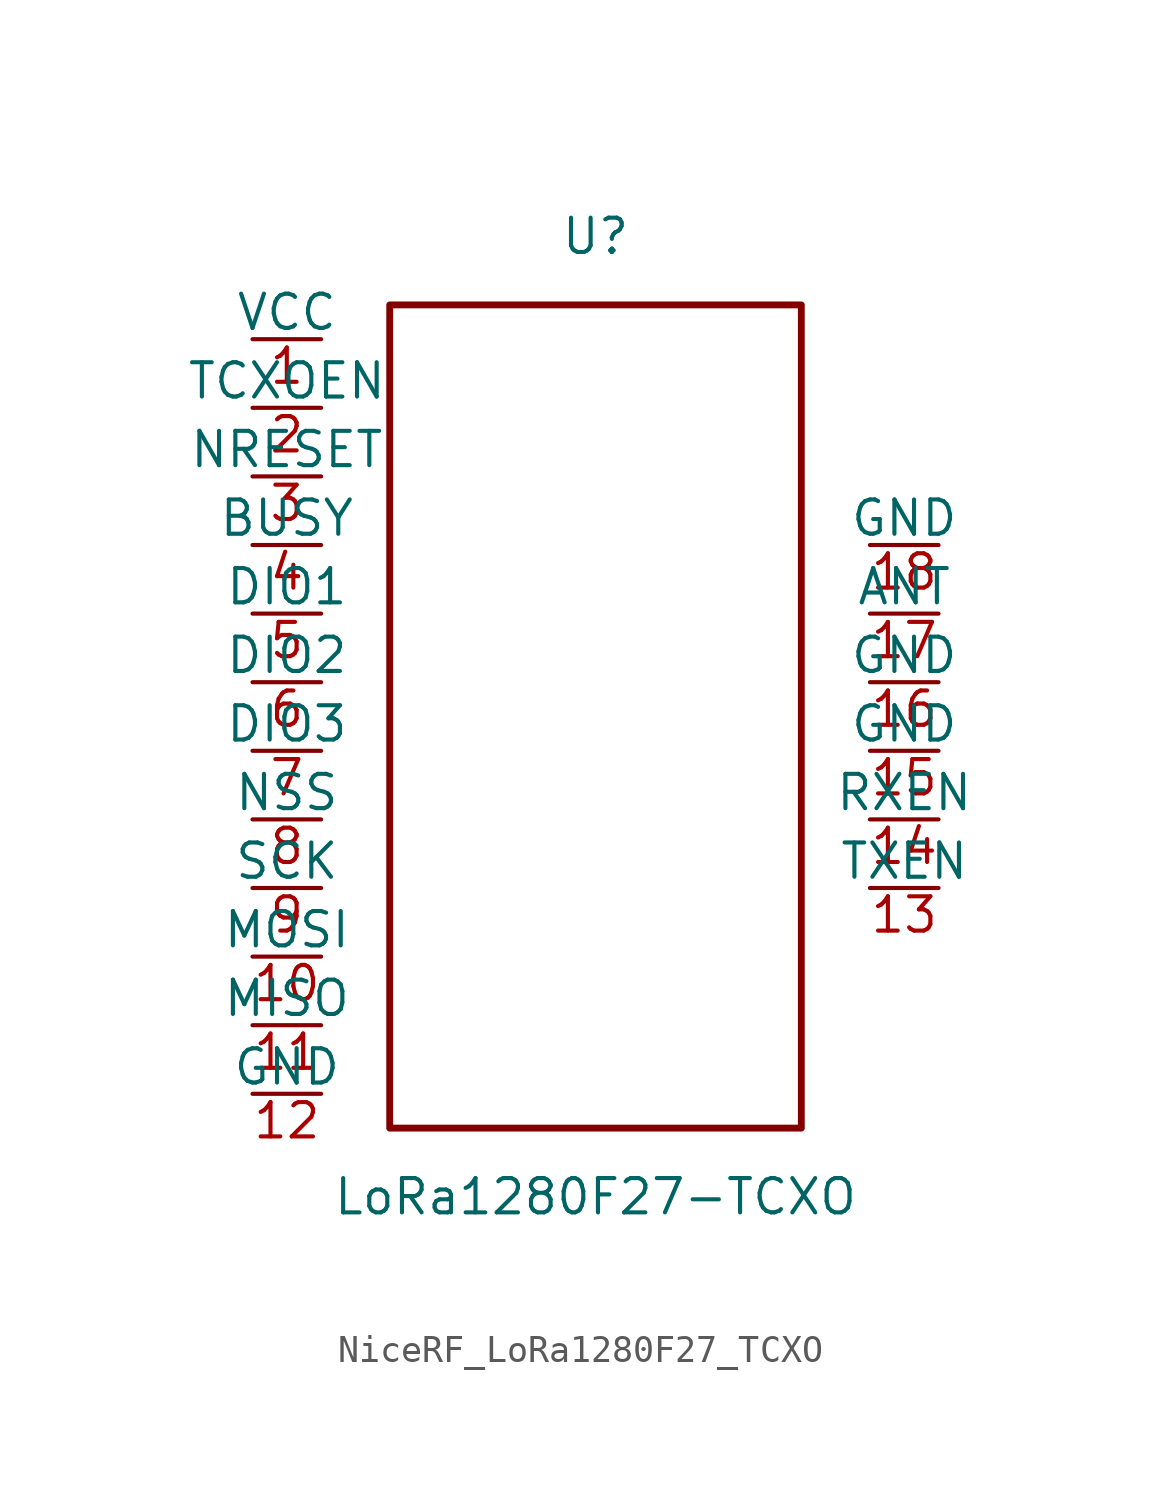
<source format=kicad_sym>
(kicad_symbol_lib
  (version 20211014)
  (generator "chatgpt")
  (symbol "NiceRF_LoRa1280F27_TCXO"
    (pin_names
      (offset 0))
    (property "Reference" "U"
      (at 0 17.78 0)
      (effects (font (size 1.27 1.27))))
    (property "Value" "LoRa1280F27-TCXO"
      (at 0 -17.78 0)
      (effects (font (size 1.27 1.27))))
    (symbol "NiceRF_LoRa1280F27_TCXO_0_1"
      (rectangle (start -7.62 15.24) (end 7.62 -15.24) (stroke (width 0.254) (type default)) (fill (type none)))
      (pin power_in line (at -12.70 13.97 0) (length 2.54) (name "VCC" (effects (font (size 1.27 1.27)))) (number "1" (effects (font (size 1.27 1.27)))))
      (pin input line (at -12.70 11.43 0) (length 2.54) (name "TCXOEN" (effects (font (size 1.27 1.27)))) (number "2" (effects (font (size 1.27 1.27)))))
      (pin input line (at -12.70 8.89 0) (length 2.54) (name "NRESET" (effects (font (size 1.27 1.27)))) (number "3" (effects (font (size 1.27 1.27)))))
      (pin output line (at -12.70 6.35 0) (length 2.54) (name "BUSY" (effects (font (size 1.27 1.27)))) (number "4" (effects (font (size 1.27 1.27)))))
      (pin output line (at -12.70 3.81 0) (length 2.54) (name "DIO1" (effects (font (size 1.27 1.27)))) (number "5" (effects (font (size 1.27 1.27)))))
      (pin output line (at -12.70 1.27 0) (length 2.54) (name "DIO2" (effects (font (size 1.27 1.27)))) (number "6" (effects (font (size 1.27 1.27)))))
      (pin output line (at -12.70 -1.27 0) (length 2.54) (name "DIO3" (effects (font (size 1.27 1.27)))) (number "7" (effects (font (size 1.27 1.27)))))
      (pin input line (at -12.70 -3.81 0) (length 2.54) (name "NSS" (effects (font (size 1.27 1.27)))) (number "8" (effects (font (size 1.27 1.27)))))
      (pin input line (at -12.70 -6.35 0) (length 2.54) (name "SCK" (effects (font (size 1.27 1.27)))) (number "9" (effects (font (size 1.27 1.27)))))
      (pin input line (at -12.70 -8.89 0) (length 2.54) (name "MOSI" (effects (font (size 1.27 1.27)))) (number "10" (effects (font (size 1.27 1.27)))))
      (pin output line (at -12.70 -11.43 0) (length 2.54) (name "MISO" (effects (font (size 1.27 1.27)))) (number "11" (effects (font (size 1.27 1.27)))))
      (pin power_in line (at -12.70 -13.97 0) (length 2.54) (name "GND" (effects (font (size 1.27 1.27)))) (number "12" (effects (font (size 1.27 1.27)))))
      (pin power_in line (at 12.70 6.35 180) (length 2.54) (name "GND" (effects (font (size 1.27 1.27)))) (number "18" (effects (font (size 1.27 1.27)))))
      (pin passive line (at 12.70 3.81 180) (length 2.54) (name "ANT" (effects (font (size 1.27 1.27)))) (number "17" (effects (font (size 1.27 1.27)))))
      (pin power_in line (at 12.70 1.27 180) (length 2.54) (name "GND" (effects (font (size 1.27 1.27)))) (number "16" (effects (font (size 1.27 1.27)))))
      (pin power_in line (at 12.70 -1.27 180) (length 2.54) (name "GND" (effects (font (size 1.27 1.27)))) (number "15" (effects (font (size 1.27 1.27)))))
      (pin input line (at 12.70 -3.81 180) (length 2.54) (name "RXEN" (effects (font (size 1.27 1.27)))) (number "14" (effects (font (size 1.27 1.27)))))
      (pin input line (at 12.70 -6.35 180) (length 2.54) (name "TXEN" (effects (font (size 1.27 1.27)))) (number "13" (effects (font (size 1.27 1.27))))))))
</source>
